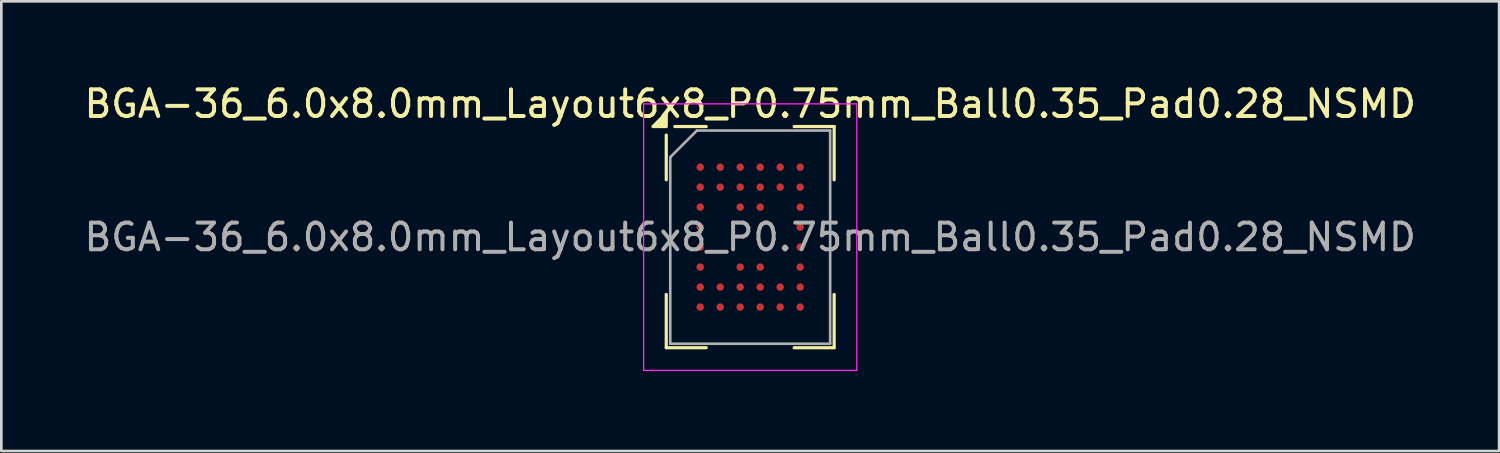
<source format=kicad_pcb>
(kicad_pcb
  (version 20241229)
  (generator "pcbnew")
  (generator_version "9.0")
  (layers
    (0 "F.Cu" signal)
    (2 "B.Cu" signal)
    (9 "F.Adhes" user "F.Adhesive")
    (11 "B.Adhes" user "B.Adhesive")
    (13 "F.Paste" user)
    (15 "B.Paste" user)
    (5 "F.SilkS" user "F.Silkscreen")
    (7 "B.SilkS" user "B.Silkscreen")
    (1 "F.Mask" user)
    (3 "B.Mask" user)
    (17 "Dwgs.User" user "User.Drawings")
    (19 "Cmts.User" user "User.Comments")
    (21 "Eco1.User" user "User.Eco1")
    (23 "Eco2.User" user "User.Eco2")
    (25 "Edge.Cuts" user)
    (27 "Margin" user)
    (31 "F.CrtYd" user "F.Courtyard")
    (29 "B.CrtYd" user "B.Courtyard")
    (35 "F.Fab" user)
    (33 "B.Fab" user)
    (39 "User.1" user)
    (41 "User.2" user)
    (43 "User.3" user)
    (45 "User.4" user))
  (footprint "BGA-36_6.0x8.0mm_Layout6x8_P0.75mm_Ball0.35_Pad0.28_NSMD"
    (layer "F.Cu")
    (at 25.101 5.848)
    (property "Reference" "BGA-36_6.0x8.0mm_Layout6x8_P0.75mm_Ball0.35_Pad0.28_NSMD" (at 0 -5 0) (unlocked yes) (layer "F.SilkS") (effects (font (size 1 1) (thickness 0.15))))
    (attr smd)
    (fp_line (start -3.15 -3.83) (end -3.15 -2.15) (stroke (width 0.12) (type default)) (layer "F.SilkS"))
    (fp_line (start -3.15 4.15) (end -3.15 2.15) (stroke (width 0.12) (type default)) (layer "F.SilkS"))
    (fp_line (start -1.65 -4.15) (end -2.83 -4.15) (stroke (width 0.12) (type default)) (layer "F.SilkS"))
    (fp_line (start -1.65 4.15) (end -3.15 4.15) (stroke (width 0.12) (type default)) (layer "F.SilkS"))
    (fp_line (start 1.65 -4.15) (end 3.15 -4.15) (stroke (width 0.12) (type default)) (layer "F.SilkS"))
    (fp_line (start 1.65 4.15) (end 3.15 4.15) (stroke (width 0.12) (type default)) (layer "F.SilkS"))
    (fp_line (start 3.15 -4.15) (end 3.15 -2.15) (stroke (width 0.12) (type default)) (layer "F.SilkS"))
    (fp_line (start 3.15 4.15) (end 3.15 2.15) (stroke (width 0.12) (type default)) (layer "F.SilkS"))
    (fp_poly (pts (xy -3.15 -4.15) (xy -3.65 -4.15) (xy -3.15 -4.65) (xy -3.15 -4.15)) (stroke (width 0.12) (type solid)) (fill yes) (layer "F.SilkS"))
    (fp_line (start -4 -5) (end 4 -5) (stroke (width 0.05) (type default)) (layer "F.CrtYd"))
    (fp_line (start -4 5) (end -4 -5) (stroke (width 0.05) (type default)) (layer "F.CrtYd"))
    (fp_line (start 4 -5) (end 4 5) (stroke (width 0.05) (type default)) (layer "F.CrtYd"))
    (fp_line (start 4 5) (end -4 5) (stroke (width 0.05) (type default)) (layer "F.CrtYd"))
    (fp_line (start -3 -3) (end -3 4) (stroke (width 0.1) (type default)) (layer "F.Fab"))
    (fp_line (start -3 4) (end 3 4) (stroke (width 0.1) (type default)) (layer "F.Fab"))
    (fp_line (start -2 -4) (end -3 -3) (stroke (width 0.1) (type default)) (layer "F.Fab"))
    (fp_line (start 3 -4) (end -2 -4) (stroke (width 0.1) (type default)) (layer "F.Fab"))
    (fp_line (start 3 4) (end 3 -4) (stroke (width 0.1) (type default)) (layer "F.Fab"))
    (fp_text user "${REFERENCE}" (at 0 0 0) (layer "F.Fab") (effects (font (size 1 1) (thickness 0.15))))
    (pad "A1" smd circle (at -1.875 -2.625) (size 0.28 0.28) (layers "F.Cu" "F.Mask" "F.Paste"))
    (pad "A2" smd circle (at -1.125 -2.625) (size 0.28 0.28) (layers "F.Cu" "F.Mask" "F.Paste"))
    (pad "A3" smd circle (at -0.375 -2.625) (size 0.28 0.28) (layers "F.Cu" "F.Mask" "F.Paste"))
    (pad "A4" smd circle (at 0.375 -2.625) (size 0.28 0.28) (layers "F.Cu" "F.Mask" "F.Paste"))
    (pad "A5" smd circle (at 1.125 -2.625) (size 0.28 0.28) (layers "F.Cu" "F.Mask" "F.Paste"))
    (pad "A6" smd circle (at 1.875 -2.625) (size 0.28 0.28) (layers "F.Cu" "F.Mask" "F.Paste"))
    (pad "B1" smd circle (at -1.875 -1.875) (size 0.28 0.28) (layers "F.Cu" "F.Mask" "F.Paste"))
    (pad "B2" smd circle (at -1.125 -1.875) (size 0.28 0.28) (layers "F.Cu" "F.Mask" "F.Paste"))
    (pad "B3" smd circle (at -0.375 -1.875) (size 0.28 0.28) (layers "F.Cu" "F.Mask" "F.Paste"))
    (pad "B4" smd circle (at 0.375 -1.875) (size 0.28 0.28) (layers "F.Cu" "F.Mask" "F.Paste"))
    (pad "B5" smd circle (at 1.125 -1.875) (size 0.28 0.28) (layers "F.Cu" "F.Mask" "F.Paste"))
    (pad "B6" smd circle (at 1.875 -1.875) (size 0.28 0.28) (layers "F.Cu" "F.Mask" "F.Paste"))
    (pad "C1" smd circle (at -1.875 -1.125) (size 0.28 0.28) (layers "F.Cu" "F.Mask" "F.Paste"))
    (pad "C3" smd circle (at -0.375 -1.125) (size 0.28 0.28) (layers "F.Cu" "F.Mask" "F.Paste"))
    (pad "C4" smd circle (at 0.375 -1.125) (size 0.28 0.28) (layers "F.Cu" "F.Mask" "F.Paste"))
    (pad "C6" smd circle (at 1.875 -1.125) (size 0.28 0.28) (layers "F.Cu" "F.Mask" "F.Paste"))
    (pad "D1" smd circle (at -1.875 -0.375) (size 0.28 0.28) (layers "F.Cu" "F.Mask" "F.Paste"))
    (pad "D6" smd circle (at 1.875 -0.375) (size 0.28 0.28) (layers "F.Cu" "F.Mask" "F.Paste"))
    (pad "E1" smd circle (at -1.875 0.375) (size 0.28 0.28) (layers "F.Cu" "F.Mask" "F.Paste"))
    (pad "E6" smd circle (at 1.875 0.375) (size 0.28 0.28) (layers "F.Cu" "F.Mask" "F.Paste"))
    (pad "F1" smd circle (at -1.875 1.125) (size 0.28 0.28) (layers "F.Cu" "F.Mask" "F.Paste"))
    (pad "F3" smd circle (at -0.375 1.125) (size 0.28 0.28) (layers "F.Cu" "F.Mask" "F.Paste"))
    (pad "F4" smd circle (at 0.375 1.125) (size 0.28 0.28) (layers "F.Cu" "F.Mask" "F.Paste"))
    (pad "F6" smd circle (at 1.875 1.125) (size 0.28 0.28) (layers "F.Cu" "F.Mask" "F.Paste"))
    (pad "G1" smd circle (at -1.875 1.875) (size 0.28 0.28) (layers "F.Cu" "F.Mask" "F.Paste"))
    (pad "G2" smd circle (at -1.125 1.875) (size 0.28 0.28) (layers "F.Cu" "F.Mask" "F.Paste"))
    (pad "G3" smd circle (at -0.375 1.875) (size 0.28 0.28) (layers "F.Cu" "F.Mask" "F.Paste"))
    (pad "G4" smd circle (at 0.375 1.875) (size 0.28 0.28) (layers "F.Cu" "F.Mask" "F.Paste"))
    (pad "G5" smd circle (at 1.125 1.875) (size 0.28 0.28) (layers "F.Cu" "F.Mask" "F.Paste"))
    (pad "G6" smd circle (at 1.875 1.875) (size 0.28 0.28) (layers "F.Cu" "F.Mask" "F.Paste"))
    (pad "H1" smd circle (at -1.875 2.625) (size 0.28 0.28) (layers "F.Cu" "F.Mask" "F.Paste"))
    (pad "H2" smd circle (at -1.125 2.625) (size 0.28 0.28) (layers "F.Cu" "F.Mask" "F.Paste"))
    (pad "H3" smd circle (at -0.375 2.625) (size 0.28 0.28) (layers "F.Cu" "F.Mask" "F.Paste"))
    (pad "H4" smd circle (at 0.375 2.625) (size 0.28 0.28) (layers "F.Cu" "F.Mask" "F.Paste"))
    (pad "H5" smd circle (at 1.125 2.625) (size 0.28 0.28) (layers "F.Cu" "F.Mask" "F.Paste"))
    (pad "H6" smd circle (at 1.875 2.625) (size 0.28 0.28) (layers "F.Cu" "F.Mask" "F.Paste")))
  (gr_rect
    (start -3 -3)
    (end 53.202 13.873)
    (stroke (width 0.1) (type default))
    (fill no)
    (layer "Edge.Cuts")))
</source>
